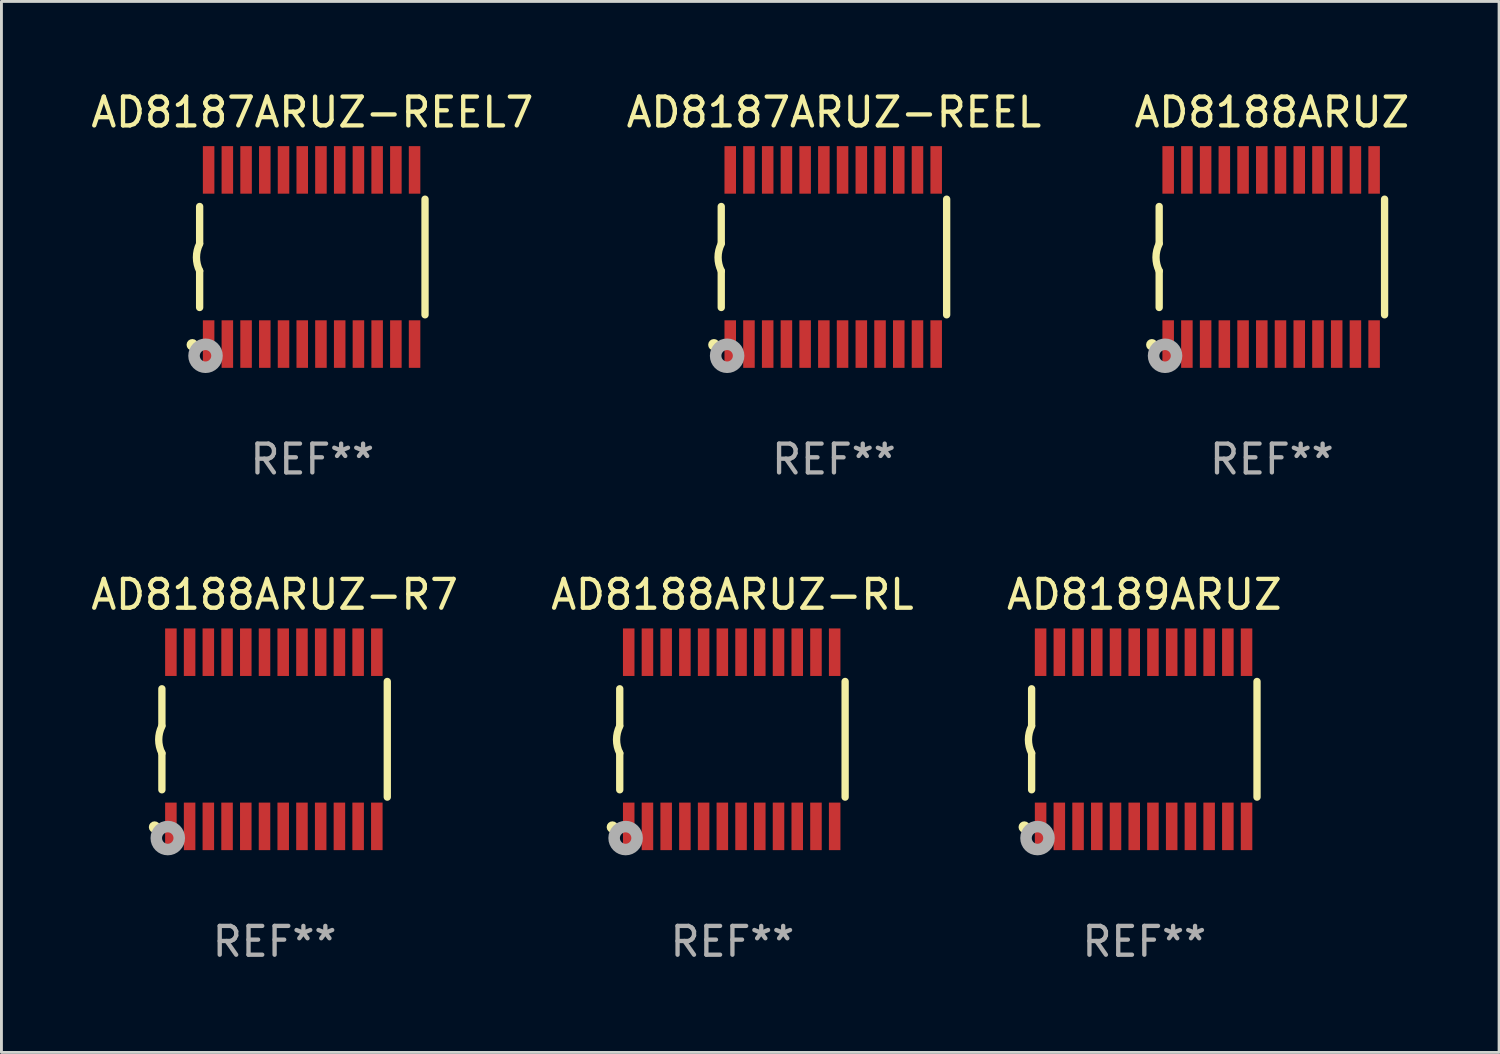
<source format=kicad_pcb>
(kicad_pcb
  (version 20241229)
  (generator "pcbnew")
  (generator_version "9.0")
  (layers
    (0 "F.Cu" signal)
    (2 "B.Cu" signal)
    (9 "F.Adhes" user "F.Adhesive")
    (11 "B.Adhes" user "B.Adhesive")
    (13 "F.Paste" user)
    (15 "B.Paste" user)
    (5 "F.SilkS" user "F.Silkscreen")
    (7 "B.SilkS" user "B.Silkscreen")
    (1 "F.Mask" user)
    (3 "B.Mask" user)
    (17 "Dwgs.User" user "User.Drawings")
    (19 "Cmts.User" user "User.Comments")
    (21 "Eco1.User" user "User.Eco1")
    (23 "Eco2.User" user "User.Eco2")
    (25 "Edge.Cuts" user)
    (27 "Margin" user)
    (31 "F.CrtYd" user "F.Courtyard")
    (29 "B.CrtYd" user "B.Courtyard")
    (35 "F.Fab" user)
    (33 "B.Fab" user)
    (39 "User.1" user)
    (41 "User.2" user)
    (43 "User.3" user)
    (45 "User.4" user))
  (footprint "AD8189ARUZ"
    (layer "F.Cu")
    (at 36.673 22.613)
    (property "Reference" "AD8189ARUZ" (at 0 -5.023 0) (layer "F.SilkS") (effects (font (size 1 1) (thickness 0.15))))
    (attr through_hole)
    (fp_line (start -3.912 -0.483) (end -3.912 -1.753) (stroke (width 0.254) (type solid)) (layer "F.SilkS"))
    (fp_line (start -3.912 1.753) (end -3.912 0.483) (stroke (width 0.254) (type solid)) (layer "F.SilkS"))
    (fp_line (start 3.912 -2.007) (end 3.912 2.007) (stroke (width 0.254) (type solid)) (layer "F.SilkS"))
    (fp_arc (start -3.911608 0.482601) (mid -4.022537 0.0127) (end -3.911608 -0.457201) (stroke (width 0.254001) (type solid)) (layer "F.SilkS"))
    (fp_circle (center -4.166 3.048) (end -4.066 3.048) (stroke (width 0.2) (type solid)) (fill no) (layer "F.SilkS"))
    (fp_circle (center -3.925 3.186) (end -3.895 3.186) (stroke (width 0.06) (type solid)) (fill no) (layer "F.SilkS"))
    (fp_circle (center -3.708 3.429) (end -3.509 3.429) (stroke (width 0.4) (type solid)) (fill no) (layer "F.Fab"))
    (fp_text user "REF**" (at 0 7.023 0) (layer "F.Fab") (effects (font (size 1 1) (thickness 0.15))))
    (pad "1" smd rect (at -3.6 3.023) (size 0.4 1.65) (layers "F.Cu" "F.Mask" "F.Paste"))
    (pad "2" smd rect (at -2.95 3.023) (size 0.4 1.65) (layers "F.Cu" "F.Mask" "F.Paste"))
    (pad "3" smd rect (at -2.3 3.023) (size 0.4 1.65) (layers "F.Cu" "F.Mask" "F.Paste"))
    (pad "4" smd rect (at -1.65 3.023) (size 0.4 1.65) (layers "F.Cu" "F.Mask" "F.Paste"))
    (pad "5" smd rect (at -1 3.023) (size 0.4 1.65) (layers "F.Cu" "F.Mask" "F.Paste"))
    (pad "6" smd rect (at -0.35 3.023) (size 0.4 1.65) (layers "F.Cu" "F.Mask" "F.Paste"))
    (pad "7" smd rect (at 0.299 3.023) (size 0.4 1.65) (layers "F.Cu" "F.Mask" "F.Paste"))
    (pad "8" smd rect (at 0.95 3.023) (size 0.4 1.65) (layers "F.Cu" "F.Mask" "F.Paste"))
    (pad "9" smd rect (at 1.6 3.023) (size 0.4 1.65) (layers "F.Cu" "F.Mask" "F.Paste"))
    (pad "10" smd rect (at 2.25 3.023) (size 0.4 1.65) (layers "F.Cu" "F.Mask" "F.Paste"))
    (pad "11" smd rect (at 2.9 3.023) (size 0.4 1.65) (layers "F.Cu" "F.Mask" "F.Paste"))
    (pad "12" smd rect (at 3.549 3.023) (size 0.4 1.65) (layers "F.Cu" "F.Mask" "F.Paste"))
    (pad "13" smd rect (at 3.549 -3.023) (size 0.4 1.65) (layers "F.Cu" "F.Mask" "F.Paste"))
    (pad "14" smd rect (at 2.9 -3.023) (size 0.4 1.65) (layers "F.Cu" "F.Mask" "F.Paste"))
    (pad "15" smd rect (at 2.25 -3.023) (size 0.4 1.65) (layers "F.Cu" "F.Mask" "F.Paste"))
    (pad "16" smd rect (at 1.6 -3.023) (size 0.4 1.65) (layers "F.Cu" "F.Mask" "F.Paste"))
    (pad "17" smd rect (at 0.95 -3.023) (size 0.4 1.65) (layers "F.Cu" "F.Mask" "F.Paste"))
    (pad "18" smd rect (at 0.299 -3.023) (size 0.4 1.65) (layers "F.Cu" "F.Mask" "F.Paste"))
    (pad "19" smd rect (at -0.35 -3.023) (size 0.4 1.65) (layers "F.Cu" "F.Mask" "F.Paste"))
    (pad "20" smd rect (at -1 -3.023) (size 0.4 1.65) (layers "F.Cu" "F.Mask" "F.Paste"))
    (pad "21" smd rect (at -1.65 -3.023) (size 0.4 1.65) (layers "F.Cu" "F.Mask" "F.Paste"))
    (pad "22" smd rect (at -2.3 -3.023) (size 0.4 1.65) (layers "F.Cu" "F.Mask" "F.Paste"))
    (pad "23" smd rect (at -2.95 -3.023) (size 0.4 1.65) (layers "F.Cu" "F.Mask" "F.Paste"))
    (pad "24" smd rect (at -3.6 -3.023) (size 0.4 1.65) (layers "F.Cu" "F.Mask" "F.Paste")))
  (footprint "AD8188ARUZ-RL"
    (layer "F.Cu")
    (at 22.375 22.613)
    (property "Reference" "AD8188ARUZ-RL" (at 0 -5.023 0) (layer "F.SilkS") (effects (font (size 1 1) (thickness 0.15))))
    (attr through_hole)
    (fp_line (start -3.912 -0.483) (end -3.912 -1.753) (stroke (width 0.254) (type solid)) (layer "F.SilkS"))
    (fp_line (start -3.912 1.753) (end -3.912 0.483) (stroke (width 0.254) (type solid)) (layer "F.SilkS"))
    (fp_line (start 3.912 -2.007) (end 3.912 2.007) (stroke (width 0.254) (type solid)) (layer "F.SilkS"))
    (fp_arc (start -3.911608 0.482601) (mid -4.022537 0.0127) (end -3.911608 -0.457201) (stroke (width 0.254001) (type solid)) (layer "F.SilkS"))
    (fp_circle (center -4.166 3.048) (end -4.066 3.048) (stroke (width 0.2) (type solid)) (fill no) (layer "F.SilkS"))
    (fp_circle (center -3.925 3.186) (end -3.895 3.186) (stroke (width 0.06) (type solid)) (fill no) (layer "F.SilkS"))
    (fp_circle (center -3.708 3.429) (end -3.509 3.429) (stroke (width 0.4) (type solid)) (fill no) (layer "F.Fab"))
    (fp_text user "REF**" (at 0 7.023 0) (layer "F.Fab") (effects (font (size 1 1) (thickness 0.15))))
    (pad "1" smd rect (at -3.6 3.023) (size 0.4 1.65) (layers "F.Cu" "F.Mask" "F.Paste"))
    (pad "2" smd rect (at -2.95 3.023) (size 0.4 1.65) (layers "F.Cu" "F.Mask" "F.Paste"))
    (pad "3" smd rect (at -2.3 3.023) (size 0.4 1.65) (layers "F.Cu" "F.Mask" "F.Paste"))
    (pad "4" smd rect (at -1.65 3.023) (size 0.4 1.65) (layers "F.Cu" "F.Mask" "F.Paste"))
    (pad "5" smd rect (at -1 3.023) (size 0.4 1.65) (layers "F.Cu" "F.Mask" "F.Paste"))
    (pad "6" smd rect (at -0.35 3.023) (size 0.4 1.65) (layers "F.Cu" "F.Mask" "F.Paste"))
    (pad "7" smd rect (at 0.299 3.023) (size 0.4 1.65) (layers "F.Cu" "F.Mask" "F.Paste"))
    (pad "8" smd rect (at 0.95 3.023) (size 0.4 1.65) (layers "F.Cu" "F.Mask" "F.Paste"))
    (pad "9" smd rect (at 1.6 3.023) (size 0.4 1.65) (layers "F.Cu" "F.Mask" "F.Paste"))
    (pad "10" smd rect (at 2.25 3.023) (size 0.4 1.65) (layers "F.Cu" "F.Mask" "F.Paste"))
    (pad "11" smd rect (at 2.9 3.023) (size 0.4 1.65) (layers "F.Cu" "F.Mask" "F.Paste"))
    (pad "12" smd rect (at 3.549 3.023) (size 0.4 1.65) (layers "F.Cu" "F.Mask" "F.Paste"))
    (pad "13" smd rect (at 3.549 -3.023) (size 0.4 1.65) (layers "F.Cu" "F.Mask" "F.Paste"))
    (pad "14" smd rect (at 2.9 -3.023) (size 0.4 1.65) (layers "F.Cu" "F.Mask" "F.Paste"))
    (pad "15" smd rect (at 2.25 -3.023) (size 0.4 1.65) (layers "F.Cu" "F.Mask" "F.Paste"))
    (pad "16" smd rect (at 1.6 -3.023) (size 0.4 1.65) (layers "F.Cu" "F.Mask" "F.Paste"))
    (pad "17" smd rect (at 0.95 -3.023) (size 0.4 1.65) (layers "F.Cu" "F.Mask" "F.Paste"))
    (pad "18" smd rect (at 0.299 -3.023) (size 0.4 1.65) (layers "F.Cu" "F.Mask" "F.Paste"))
    (pad "19" smd rect (at -0.35 -3.023) (size 0.4 1.65) (layers "F.Cu" "F.Mask" "F.Paste"))
    (pad "20" smd rect (at -1 -3.023) (size 0.4 1.65) (layers "F.Cu" "F.Mask" "F.Paste"))
    (pad "21" smd rect (at -1.65 -3.023) (size 0.4 1.65) (layers "F.Cu" "F.Mask" "F.Paste"))
    (pad "22" smd rect (at -2.3 -3.023) (size 0.4 1.65) (layers "F.Cu" "F.Mask" "F.Paste"))
    (pad "23" smd rect (at -2.95 -3.023) (size 0.4 1.65) (layers "F.Cu" "F.Mask" "F.Paste"))
    (pad "24" smd rect (at -3.6 -3.023) (size 0.4 1.65) (layers "F.Cu" "F.Mask" "F.Paste")))
  (footprint "AD8187ARUZ-REEL"
    (layer "F.Cu")
    (at 25.899 5.871)
    (property "Reference" "AD8187ARUZ-REEL" (at 0 -5.023 0) (layer "F.SilkS") (effects (font (size 1 1) (thickness 0.15))))
    (attr through_hole)
    (fp_line (start -3.912 -0.483) (end -3.912 -1.753) (stroke (width 0.254) (type solid)) (layer "F.SilkS"))
    (fp_line (start -3.912 1.753) (end -3.912 0.483) (stroke (width 0.254) (type solid)) (layer "F.SilkS"))
    (fp_line (start 3.912 -2.007) (end 3.912 2.007) (stroke (width 0.254) (type solid)) (layer "F.SilkS"))
    (fp_arc (start -3.911608 0.482601) (mid -4.022537 0.0127) (end -3.911608 -0.457201) (stroke (width 0.254001) (type solid)) (layer "F.SilkS"))
    (fp_circle (center -4.166 3.048) (end -4.066 3.048) (stroke (width 0.2) (type solid)) (fill no) (layer "F.SilkS"))
    (fp_circle (center -3.925 3.186) (end -3.895 3.186) (stroke (width 0.06) (type solid)) (fill no) (layer "F.SilkS"))
    (fp_circle (center -3.708 3.429) (end -3.509 3.429) (stroke (width 0.4) (type solid)) (fill no) (layer "F.Fab"))
    (fp_text user "REF**" (at 0 7.023 0) (layer "F.Fab") (effects (font (size 1 1) (thickness 0.15))))
    (pad "1" smd rect (at -3.6 3.023) (size 0.4 1.65) (layers "F.Cu" "F.Mask" "F.Paste"))
    (pad "2" smd rect (at -2.95 3.023) (size 0.4 1.65) (layers "F.Cu" "F.Mask" "F.Paste"))
    (pad "3" smd rect (at -2.3 3.023) (size 0.4 1.65) (layers "F.Cu" "F.Mask" "F.Paste"))
    (pad "4" smd rect (at -1.65 3.023) (size 0.4 1.65) (layers "F.Cu" "F.Mask" "F.Paste"))
    (pad "5" smd rect (at -1 3.023) (size 0.4 1.65) (layers "F.Cu" "F.Mask" "F.Paste"))
    (pad "6" smd rect (at -0.35 3.023) (size 0.4 1.65) (layers "F.Cu" "F.Mask" "F.Paste"))
    (pad "7" smd rect (at 0.299 3.023) (size 0.4 1.65) (layers "F.Cu" "F.Mask" "F.Paste"))
    (pad "8" smd rect (at 0.95 3.023) (size 0.4 1.65) (layers "F.Cu" "F.Mask" "F.Paste"))
    (pad "9" smd rect (at 1.6 3.023) (size 0.4 1.65) (layers "F.Cu" "F.Mask" "F.Paste"))
    (pad "10" smd rect (at 2.25 3.023) (size 0.4 1.65) (layers "F.Cu" "F.Mask" "F.Paste"))
    (pad "11" smd rect (at 2.9 3.023) (size 0.4 1.65) (layers "F.Cu" "F.Mask" "F.Paste"))
    (pad "12" smd rect (at 3.549 3.023) (size 0.4 1.65) (layers "F.Cu" "F.Mask" "F.Paste"))
    (pad "13" smd rect (at 3.549 -3.023) (size 0.4 1.65) (layers "F.Cu" "F.Mask" "F.Paste"))
    (pad "14" smd rect (at 2.9 -3.023) (size 0.4 1.65) (layers "F.Cu" "F.Mask" "F.Paste"))
    (pad "15" smd rect (at 2.25 -3.023) (size 0.4 1.65) (layers "F.Cu" "F.Mask" "F.Paste"))
    (pad "16" smd rect (at 1.6 -3.023) (size 0.4 1.65) (layers "F.Cu" "F.Mask" "F.Paste"))
    (pad "17" smd rect (at 0.95 -3.023) (size 0.4 1.65) (layers "F.Cu" "F.Mask" "F.Paste"))
    (pad "18" smd rect (at 0.299 -3.023) (size 0.4 1.65) (layers "F.Cu" "F.Mask" "F.Paste"))
    (pad "19" smd rect (at -0.35 -3.023) (size 0.4 1.65) (layers "F.Cu" "F.Mask" "F.Paste"))
    (pad "20" smd rect (at -1 -3.023) (size 0.4 1.65) (layers "F.Cu" "F.Mask" "F.Paste"))
    (pad "21" smd rect (at -1.65 -3.023) (size 0.4 1.65) (layers "F.Cu" "F.Mask" "F.Paste"))
    (pad "22" smd rect (at -2.3 -3.023) (size 0.4 1.65) (layers "F.Cu" "F.Mask" "F.Paste"))
    (pad "23" smd rect (at -2.95 -3.023) (size 0.4 1.65) (layers "F.Cu" "F.Mask" "F.Paste"))
    (pad "24" smd rect (at -3.6 -3.023) (size 0.4 1.65) (layers "F.Cu" "F.Mask" "F.Paste")))
  (footprint "AD8187ARUZ-REEL7"
    (layer "F.Cu")
    (at 7.792 5.871)
    (property "Reference" "AD8187ARUZ-REEL7" (at 0 -5.023 0) (layer "F.SilkS") (effects (font (size 1 1) (thickness 0.15))))
    (attr through_hole)
    (fp_line (start -3.912 -0.483) (end -3.912 -1.753) (stroke (width 0.254) (type solid)) (layer "F.SilkS"))
    (fp_line (start -3.912 1.753) (end -3.912 0.483) (stroke (width 0.254) (type solid)) (layer "F.SilkS"))
    (fp_line (start 3.912 -2.007) (end 3.912 2.007) (stroke (width 0.254) (type solid)) (layer "F.SilkS"))
    (fp_arc (start -3.911608 0.482601) (mid -4.022537 0.0127) (end -3.911608 -0.457201) (stroke (width 0.254001) (type solid)) (layer "F.SilkS"))
    (fp_circle (center -4.166 3.048) (end -4.066 3.048) (stroke (width 0.2) (type solid)) (fill no) (layer "F.SilkS"))
    (fp_circle (center -3.925 3.186) (end -3.895 3.186) (stroke (width 0.06) (type solid)) (fill no) (layer "F.SilkS"))
    (fp_circle (center -3.708 3.429) (end -3.509 3.429) (stroke (width 0.4) (type solid)) (fill no) (layer "F.Fab"))
    (fp_text user "REF**" (at 0 7.023 0) (layer "F.Fab") (effects (font (size 1 1) (thickness 0.15))))
    (pad "1" smd rect (at -3.6 3.023) (size 0.4 1.65) (layers "F.Cu" "F.Mask" "F.Paste"))
    (pad "2" smd rect (at -2.95 3.023) (size 0.4 1.65) (layers "F.Cu" "F.Mask" "F.Paste"))
    (pad "3" smd rect (at -2.3 3.023) (size 0.4 1.65) (layers "F.Cu" "F.Mask" "F.Paste"))
    (pad "4" smd rect (at -1.65 3.023) (size 0.4 1.65) (layers "F.Cu" "F.Mask" "F.Paste"))
    (pad "5" smd rect (at -1 3.023) (size 0.4 1.65) (layers "F.Cu" "F.Mask" "F.Paste"))
    (pad "6" smd rect (at -0.35 3.023) (size 0.4 1.65) (layers "F.Cu" "F.Mask" "F.Paste"))
    (pad "7" smd rect (at 0.299 3.023) (size 0.4 1.65) (layers "F.Cu" "F.Mask" "F.Paste"))
    (pad "8" smd rect (at 0.95 3.023) (size 0.4 1.65) (layers "F.Cu" "F.Mask" "F.Paste"))
    (pad "9" smd rect (at 1.6 3.023) (size 0.4 1.65) (layers "F.Cu" "F.Mask" "F.Paste"))
    (pad "10" smd rect (at 2.25 3.023) (size 0.4 1.65) (layers "F.Cu" "F.Mask" "F.Paste"))
    (pad "11" smd rect (at 2.9 3.023) (size 0.4 1.65) (layers "F.Cu" "F.Mask" "F.Paste"))
    (pad "12" smd rect (at 3.549 3.023) (size 0.4 1.65) (layers "F.Cu" "F.Mask" "F.Paste"))
    (pad "13" smd rect (at 3.549 -3.023) (size 0.4 1.65) (layers "F.Cu" "F.Mask" "F.Paste"))
    (pad "14" smd rect (at 2.9 -3.023) (size 0.4 1.65) (layers "F.Cu" "F.Mask" "F.Paste"))
    (pad "15" smd rect (at 2.25 -3.023) (size 0.4 1.65) (layers "F.Cu" "F.Mask" "F.Paste"))
    (pad "16" smd rect (at 1.6 -3.023) (size 0.4 1.65) (layers "F.Cu" "F.Mask" "F.Paste"))
    (pad "17" smd rect (at 0.95 -3.023) (size 0.4 1.65) (layers "F.Cu" "F.Mask" "F.Paste"))
    (pad "18" smd rect (at 0.299 -3.023) (size 0.4 1.65) (layers "F.Cu" "F.Mask" "F.Paste"))
    (pad "19" smd rect (at -0.35 -3.023) (size 0.4 1.65) (layers "F.Cu" "F.Mask" "F.Paste"))
    (pad "20" smd rect (at -1 -3.023) (size 0.4 1.65) (layers "F.Cu" "F.Mask" "F.Paste"))
    (pad "21" smd rect (at -1.65 -3.023) (size 0.4 1.65) (layers "F.Cu" "F.Mask" "F.Paste"))
    (pad "22" smd rect (at -2.3 -3.023) (size 0.4 1.65) (layers "F.Cu" "F.Mask" "F.Paste"))
    (pad "23" smd rect (at -2.95 -3.023) (size 0.4 1.65) (layers "F.Cu" "F.Mask" "F.Paste"))
    (pad "24" smd rect (at -3.6 -3.023) (size 0.4 1.65) (layers "F.Cu" "F.Mask" "F.Paste")))
  (footprint "AD8188ARUZ-R7"
    (layer "F.Cu")
    (at 6.482 22.613)
    (property "Reference" "AD8188ARUZ-R7" (at 0 -5.023 0) (layer "F.SilkS") (effects (font (size 1 1) (thickness 0.15))))
    (attr through_hole)
    (fp_line (start -3.912 -0.483) (end -3.912 -1.753) (stroke (width 0.254) (type solid)) (layer "F.SilkS"))
    (fp_line (start -3.912 1.753) (end -3.912 0.483) (stroke (width 0.254) (type solid)) (layer "F.SilkS"))
    (fp_line (start 3.912 -2.007) (end 3.912 2.007) (stroke (width 0.254) (type solid)) (layer "F.SilkS"))
    (fp_arc (start -3.911608 0.482601) (mid -4.022537 0.0127) (end -3.911608 -0.457201) (stroke (width 0.254001) (type solid)) (layer "F.SilkS"))
    (fp_circle (center -4.166 3.048) (end -4.066 3.048) (stroke (width 0.2) (type solid)) (fill no) (layer "F.SilkS"))
    (fp_circle (center -3.925 3.186) (end -3.895 3.186) (stroke (width 0.06) (type solid)) (fill no) (layer "F.SilkS"))
    (fp_circle (center -3.708 3.429) (end -3.509 3.429) (stroke (width 0.4) (type solid)) (fill no) (layer "F.Fab"))
    (fp_text user "REF**" (at 0 7.023 0) (layer "F.Fab") (effects (font (size 1 1) (thickness 0.15))))
    (pad "1" smd rect (at -3.6 3.023) (size 0.4 1.65) (layers "F.Cu" "F.Mask" "F.Paste"))
    (pad "2" smd rect (at -2.95 3.023) (size 0.4 1.65) (layers "F.Cu" "F.Mask" "F.Paste"))
    (pad "3" smd rect (at -2.3 3.023) (size 0.4 1.65) (layers "F.Cu" "F.Mask" "F.Paste"))
    (pad "4" smd rect (at -1.65 3.023) (size 0.4 1.65) (layers "F.Cu" "F.Mask" "F.Paste"))
    (pad "5" smd rect (at -1 3.023) (size 0.4 1.65) (layers "F.Cu" "F.Mask" "F.Paste"))
    (pad "6" smd rect (at -0.35 3.023) (size 0.4 1.65) (layers "F.Cu" "F.Mask" "F.Paste"))
    (pad "7" smd rect (at 0.299 3.023) (size 0.4 1.65) (layers "F.Cu" "F.Mask" "F.Paste"))
    (pad "8" smd rect (at 0.95 3.023) (size 0.4 1.65) (layers "F.Cu" "F.Mask" "F.Paste"))
    (pad "9" smd rect (at 1.6 3.023) (size 0.4 1.65) (layers "F.Cu" "F.Mask" "F.Paste"))
    (pad "10" smd rect (at 2.25 3.023) (size 0.4 1.65) (layers "F.Cu" "F.Mask" "F.Paste"))
    (pad "11" smd rect (at 2.9 3.023) (size 0.4 1.65) (layers "F.Cu" "F.Mask" "F.Paste"))
    (pad "12" smd rect (at 3.549 3.023) (size 0.4 1.65) (layers "F.Cu" "F.Mask" "F.Paste"))
    (pad "13" smd rect (at 3.549 -3.023) (size 0.4 1.65) (layers "F.Cu" "F.Mask" "F.Paste"))
    (pad "14" smd rect (at 2.9 -3.023) (size 0.4 1.65) (layers "F.Cu" "F.Mask" "F.Paste"))
    (pad "15" smd rect (at 2.25 -3.023) (size 0.4 1.65) (layers "F.Cu" "F.Mask" "F.Paste"))
    (pad "16" smd rect (at 1.6 -3.023) (size 0.4 1.65) (layers "F.Cu" "F.Mask" "F.Paste"))
    (pad "17" smd rect (at 0.95 -3.023) (size 0.4 1.65) (layers "F.Cu" "F.Mask" "F.Paste"))
    (pad "18" smd rect (at 0.299 -3.023) (size 0.4 1.65) (layers "F.Cu" "F.Mask" "F.Paste"))
    (pad "19" smd rect (at -0.35 -3.023) (size 0.4 1.65) (layers "F.Cu" "F.Mask" "F.Paste"))
    (pad "20" smd rect (at -1 -3.023) (size 0.4 1.65) (layers "F.Cu" "F.Mask" "F.Paste"))
    (pad "21" smd rect (at -1.65 -3.023) (size 0.4 1.65) (layers "F.Cu" "F.Mask" "F.Paste"))
    (pad "22" smd rect (at -2.3 -3.023) (size 0.4 1.65) (layers "F.Cu" "F.Mask" "F.Paste"))
    (pad "23" smd rect (at -2.95 -3.023) (size 0.4 1.65) (layers "F.Cu" "F.Mask" "F.Paste"))
    (pad "24" smd rect (at -3.6 -3.023) (size 0.4 1.65) (layers "F.Cu" "F.Mask" "F.Paste")))
  (footprint "AD8188ARUZ"
    (layer "F.Cu")
    (at 41.101 5.871)
    (property "Reference" "AD8188ARUZ" (at 0 -5.023 0) (layer "F.SilkS") (effects (font (size 1 1) (thickness 0.15))))
    (attr through_hole)
    (fp_line (start -3.912 -0.483) (end -3.912 -1.753) (stroke (width 0.254) (type solid)) (layer "F.SilkS"))
    (fp_line (start -3.912 1.753) (end -3.912 0.483) (stroke (width 0.254) (type solid)) (layer "F.SilkS"))
    (fp_line (start 3.912 -2.007) (end 3.912 2.007) (stroke (width 0.254) (type solid)) (layer "F.SilkS"))
    (fp_arc (start -3.911608 0.482601) (mid -4.022537 0.0127) (end -3.911608 -0.457201) (stroke (width 0.254001) (type solid)) (layer "F.SilkS"))
    (fp_circle (center -4.166 3.048) (end -4.066 3.048) (stroke (width 0.2) (type solid)) (fill no) (layer "F.SilkS"))
    (fp_circle (center -3.925 3.186) (end -3.895 3.186) (stroke (width 0.06) (type solid)) (fill no) (layer "F.SilkS"))
    (fp_circle (center -3.708 3.429) (end -3.509 3.429) (stroke (width 0.4) (type solid)) (fill no) (layer "F.Fab"))
    (fp_text user "REF**" (at 0 7.023 0) (layer "F.Fab") (effects (font (size 1 1) (thickness 0.15))))
    (pad "1" smd rect (at -3.6 3.023) (size 0.4 1.65) (layers "F.Cu" "F.Mask" "F.Paste"))
    (pad "2" smd rect (at -2.95 3.023) (size 0.4 1.65) (layers "F.Cu" "F.Mask" "F.Paste"))
    (pad "3" smd rect (at -2.3 3.023) (size 0.4 1.65) (layers "F.Cu" "F.Mask" "F.Paste"))
    (pad "4" smd rect (at -1.65 3.023) (size 0.4 1.65) (layers "F.Cu" "F.Mask" "F.Paste"))
    (pad "5" smd rect (at -1 3.023) (size 0.4 1.65) (layers "F.Cu" "F.Mask" "F.Paste"))
    (pad "6" smd rect (at -0.35 3.023) (size 0.4 1.65) (layers "F.Cu" "F.Mask" "F.Paste"))
    (pad "7" smd rect (at 0.299 3.023) (size 0.4 1.65) (layers "F.Cu" "F.Mask" "F.Paste"))
    (pad "8" smd rect (at 0.95 3.023) (size 0.4 1.65) (layers "F.Cu" "F.Mask" "F.Paste"))
    (pad "9" smd rect (at 1.6 3.023) (size 0.4 1.65) (layers "F.Cu" "F.Mask" "F.Paste"))
    (pad "10" smd rect (at 2.25 3.023) (size 0.4 1.65) (layers "F.Cu" "F.Mask" "F.Paste"))
    (pad "11" smd rect (at 2.9 3.023) (size 0.4 1.65) (layers "F.Cu" "F.Mask" "F.Paste"))
    (pad "12" smd rect (at 3.549 3.023) (size 0.4 1.65) (layers "F.Cu" "F.Mask" "F.Paste"))
    (pad "13" smd rect (at 3.549 -3.023) (size 0.4 1.65) (layers "F.Cu" "F.Mask" "F.Paste"))
    (pad "14" smd rect (at 2.9 -3.023) (size 0.4 1.65) (layers "F.Cu" "F.Mask" "F.Paste"))
    (pad "15" smd rect (at 2.25 -3.023) (size 0.4 1.65) (layers "F.Cu" "F.Mask" "F.Paste"))
    (pad "16" smd rect (at 1.6 -3.023) (size 0.4 1.65) (layers "F.Cu" "F.Mask" "F.Paste"))
    (pad "17" smd rect (at 0.95 -3.023) (size 0.4 1.65) (layers "F.Cu" "F.Mask" "F.Paste"))
    (pad "18" smd rect (at 0.299 -3.023) (size 0.4 1.65) (layers "F.Cu" "F.Mask" "F.Paste"))
    (pad "19" smd rect (at -0.35 -3.023) (size 0.4 1.65) (layers "F.Cu" "F.Mask" "F.Paste"))
    (pad "20" smd rect (at -1 -3.023) (size 0.4 1.65) (layers "F.Cu" "F.Mask" "F.Paste"))
    (pad "21" smd rect (at -1.65 -3.023) (size 0.4 1.65) (layers "F.Cu" "F.Mask" "F.Paste"))
    (pad "22" smd rect (at -2.3 -3.023) (size 0.4 1.65) (layers "F.Cu" "F.Mask" "F.Paste"))
    (pad "23" smd rect (at -2.95 -3.023) (size 0.4 1.65) (layers "F.Cu" "F.Mask" "F.Paste"))
    (pad "24" smd rect (at -3.6 -3.023) (size 0.4 1.65) (layers "F.Cu" "F.Mask" "F.Paste")))
  (gr_rect
    (start -3 -3)
    (end 48.988 33.483)
    (stroke (width 0.1) (type default))
    (fill no)
    (layer "Edge.Cuts")))
</source>
